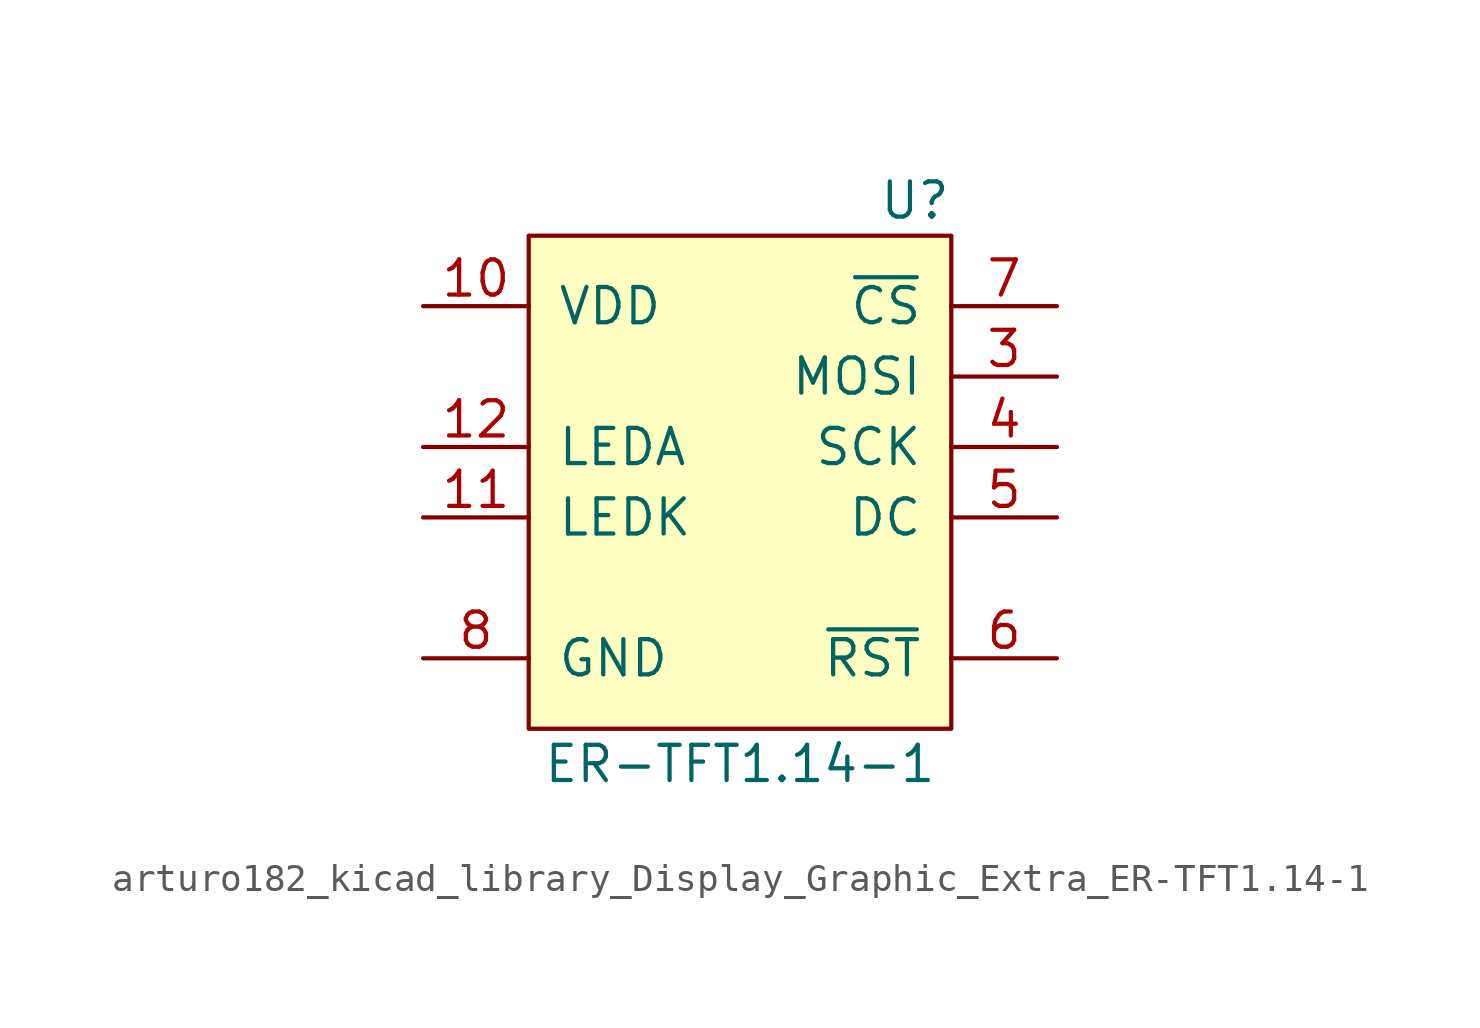
<source format=kicad_sym>
(kicad_symbol_lib
  (version 20220914)
  (generator kicad_symbol_editor)
  (symbol "arturo182_kicad_library_Display_Graphic_Extra_ER-TFT1.14-1"
    (pin_names
      (offset 1.016))
    (property "Reference" "U"
      (at 7.62 8.89 0)
      (effects (font (size 1.27 1.27)) (justify right)))
    (property "Value" "ER-TFT1.14-1"
      (at 0 -11.43 0)
      (effects (font (size 1.27 1.27))))
    (symbol "arturo182_kicad_library_Display_Graphic_Extra_ER-TFT1.14-1_0_1"
      (rectangle (start -7.62 7.62) (end 7.62 -10.16) (stroke (width 0.152) (type default)) (fill (type background))))
    (symbol "arturo182_kicad_library_Display_Graphic_Extra_ER-TFT1.14-1_1_1"
      (pin no_connect line (at 0 3.81 0) (length 3.81) hide (name "~" (effects (font (size 1.27 1.27)))) (number "1" (effects (font (size 1.27 1.27)))))
      (pin power_in line (at -11.43 5.08 0) (length 3.81) (name "VDD" (effects (font (size 1.27 1.27)))) (number "10" (effects (font (size 1.27 1.27)))))
      (pin input line (at -11.43 -2.54 0) (length 3.81) (name "LEDK" (effects (font (size 1.27 1.27)))) (number "11" (effects (font (size 1.27 1.27)))))
      (pin input line (at -11.43 0 0) (length 3.81) (name "LEDA" (effects (font (size 1.27 1.27)))) (number "12" (effects (font (size 1.27 1.27)))))
      (pin passive line (at -11.43 -7.62 0) (length 3.81) hide (name "GND" (effects (font (size 1.27 1.27)))) (number "13" (effects (font (size 1.27 1.27)))))
      (pin no_connect line (at 0 1.27 0) (length 3.81) hide (name "~" (effects (font (size 1.27 1.27)))) (number "2" (effects (font (size 1.27 1.27)))))
      (pin input line (at 11.43 2.54 180) (length 3.81) (name "MOSI" (effects (font (size 1.27 1.27)))) (number "3" (effects (font (size 1.27 1.27)))))
      (pin input line (at 11.43 0 180) (length 3.81) (name "SCK" (effects (font (size 1.27 1.27)))) (number "4" (effects (font (size 1.27 1.27)))))
      (pin input line (at 11.43 -2.54 180) (length 3.81) (name "DC" (effects (font (size 1.27 1.27)))) (number "5" (effects (font (size 1.27 1.27)))))
      (pin input line (at 11.43 -7.62 180) (length 3.81) (name "~{RST}" (effects (font (size 1.27 1.27)))) (number "6" (effects (font (size 1.27 1.27)))))
      (pin input line (at 11.43 5.08 180) (length 3.81) (name "~{CS}" (effects (font (size 1.27 1.27)))) (number "7" (effects (font (size 1.27 1.27)))))
      (pin power_in line (at -11.43 -7.62 0) (length 3.81) (name "GND" (effects (font (size 1.27 1.27)))) (number "8" (effects (font (size 1.27 1.27)))))
      (pin no_connect line (at 0 -1.27 0) (length 3.81) hide (name "~" (effects (font (size 1.27 1.27)))) (number "9" (effects (font (size 1.27 1.27))))))))
</source>
